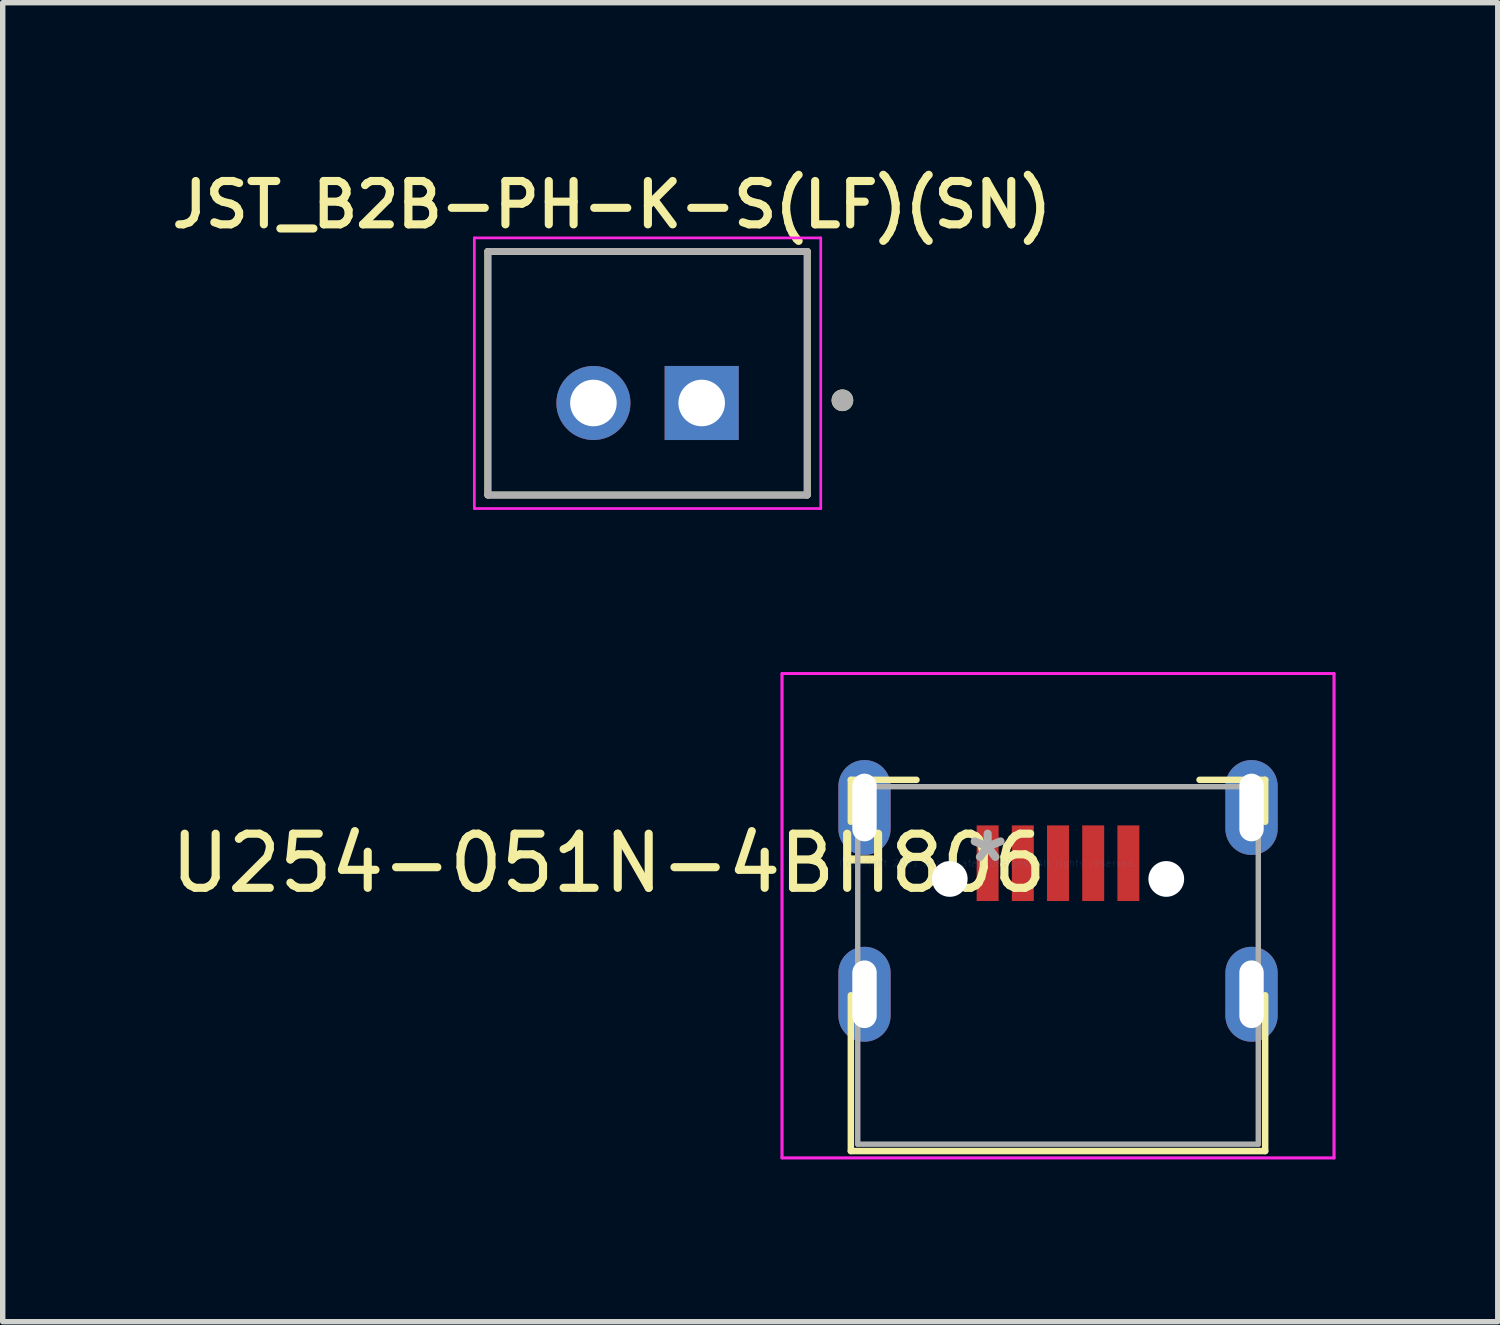
<source format=kicad_pcb>
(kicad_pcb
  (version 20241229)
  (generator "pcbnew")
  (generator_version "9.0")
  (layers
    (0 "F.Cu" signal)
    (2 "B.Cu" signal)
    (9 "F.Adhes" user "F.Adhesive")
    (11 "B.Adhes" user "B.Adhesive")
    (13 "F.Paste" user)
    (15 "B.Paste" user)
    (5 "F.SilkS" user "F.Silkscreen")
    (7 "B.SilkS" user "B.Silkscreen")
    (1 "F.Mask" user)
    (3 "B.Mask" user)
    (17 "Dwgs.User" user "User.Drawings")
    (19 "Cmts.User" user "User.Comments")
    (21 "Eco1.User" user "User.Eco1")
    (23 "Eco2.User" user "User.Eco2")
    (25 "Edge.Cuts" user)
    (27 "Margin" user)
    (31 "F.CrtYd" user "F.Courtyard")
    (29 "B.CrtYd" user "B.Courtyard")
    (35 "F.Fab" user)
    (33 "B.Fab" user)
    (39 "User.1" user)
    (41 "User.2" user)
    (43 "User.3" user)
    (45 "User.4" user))
  (footprint "U254-051N-4BH806"
    (layer "F.Cu")
    (at 16.496 12.897)
    (property "Reference" "U254-051N-4BH806" (at -8.3 0 0) (layer "F.SilkS") (effects (font (size 1 1) (thickness 0.15))))
    (attr through_hole)
    (fp_line (start -3.827 -1.54) (end -3.827 -0.766) (stroke (width 0.12) (type solid)) (layer "F.SilkS"))
    (fp_line (start -3.827 2.44) (end -3.827 5.318) (stroke (width 0.12) (type solid)) (layer "F.SilkS"))
    (fp_line (start -3.827 5.318) (end 3.827 5.318) (stroke (width 0.12) (type solid)) (layer "F.SilkS"))
    (fp_line (start -2.615 -1.54) (end -3.827 -1.54) (stroke (width 0.12) (type solid)) (layer "F.SilkS"))
    (fp_line (start 3.827 -1.54) (end 2.615 -1.54) (stroke (width 0.12) (type solid)) (layer "F.SilkS"))
    (fp_line (start 3.827 -0.766) (end 3.827 -1.54) (stroke (width 0.12) (type solid)) (layer "F.SilkS"))
    (fp_line (start 3.827 5.318) (end 3.827 2.44) (stroke (width 0.12) (type solid)) (layer "F.SilkS"))
    (fp_line (start -5.099 -3.502) (end -5.099 5.445) (stroke (width 0.05) (type solid)) (layer "F.CrtYd"))
    (fp_line (start -5.099 -3.502) (end -5.099 5.445) (stroke (width 0.05) (type solid)) (layer "F.CrtYd"))
    (fp_line (start -5.099 5.445) (end 5.099 5.445) (stroke (width 0.05) (type solid)) (layer "F.CrtYd"))
    (fp_line (start -5.099 5.445) (end 5.099 5.445) (stroke (width 0.05) (type solid)) (layer "F.CrtYd"))
    (fp_line (start 5.099 -3.502) (end -5.099 -3.502) (stroke (width 0.05) (type solid)) (layer "F.CrtYd"))
    (fp_line (start 5.099 -3.502) (end -5.099 -3.502) (stroke (width 0.05) (type solid)) (layer "F.CrtYd"))
    (fp_line (start 5.099 5.445) (end 5.099 -3.502) (stroke (width 0.05) (type solid)) (layer "F.CrtYd"))
    (fp_line (start 5.099 5.445) (end 5.099 -3.502) (stroke (width 0.05) (type solid)) (layer "F.CrtYd"))
    (fp_line (start -3.7 -1.413) (end -3.7 5.191) (stroke (width 0.1) (type solid)) (layer "F.Fab"))
    (fp_line (start -3.7 5.191) (end 3.7 5.191) (stroke (width 0.1) (type solid)) (layer "F.Fab"))
    (fp_line (start 3.7 -1.413) (end -3.7 -1.413) (stroke (width 0.1) (type solid)) (layer "F.Fab"))
    (fp_line (start 3.7 5.191) (end 3.7 -1.413) (stroke (width 0.1) (type solid)) (layer "F.Fab"))
    (fp_text user "Copyright 2021 Accelerated Designs. All rights reserved." (at -1.3 0 0) (layer "Cmts.User") (effects (font (size 0.127 0.127) (thickness 0.002))))
    (fp_text user "*" (at -1.3 0 0) (layer "F.Fab") (effects (font (size 1 1) (thickness 0.15))))
    (pad "" np_thru_hole circle (at -2 0.291) (size 0.66 0.66) (drill 0.66) (layers "*.Cu" "*.Mask"))
    (pad "" np_thru_hole circle (at 2 0.291) (size 0.66 0.66) (drill 0.66) (layers "*.Cu" "*.Mask"))
    (pad "1" smd rect (at -1.3 0) (size 0.406 1.397) (layers "F.Cu" "F.Mask" "F.Paste"))
    (pad "2" smd rect (at -0.65 0) (size 0.406 1.397) (layers "F.Cu" "F.Mask" "F.Paste"))
    (pad "3" smd rect (at -0.000028 0) (size 0.406 1.397) (layers "F.Cu" "F.Mask" "F.Paste"))
    (pad "4" smd rect (at 0.65 0) (size 0.406 1.397) (layers "F.Cu" "F.Mask" "F.Paste"))
    (pad "5" smd rect (at 1.3 0) (size 0.406 1.397) (layers "F.Cu" "F.Mask" "F.Paste"))
    (pad "6" thru_hole oval (at -3.575 -1.029 90) (size 1.753 0.965) (drill oval 1.25 0.45) (layers "*.Cu" "*.Mask"))
    (pad "7" thru_hole oval (at -3.575 2.421 90) (size 1.753 0.965) (drill oval 1.25 0.45) (layers "*.Cu" "*.Mask"))
    (pad "8" thru_hole oval (at 3.575 -1.029 90) (size 1.753 0.965) (drill oval 1.25 0.45) (layers "*.Cu" "*.Mask"))
    (pad "9" thru_hole oval (at 3.575 2.421 90) (size 1.753 0.965) (drill oval 1.25 0.45) (layers "*.Cu" "*.Mask")))
  (footprint "JST_B2B-PH-K-S(LF)(SN)"
    (layer "F.Cu")
    (at 8.913 3.845)
    (property "Reference" "JST_B2B-PH-K-S(LF)(SN)" (at -0.661 -3.113 0) (layer "F.SilkS") (effects (font (size 0.801 0.801) (thickness 0.15))))
    (attr through_hole)
    (fp_line (start -2.95 -2.25) (end 2.95 -2.25) (stroke (width 0.127) (type solid)) (layer "F.SilkS"))
    (fp_line (start -2.95 2.25) (end -2.95 -2.25) (stroke (width 0.127) (type solid)) (layer "F.SilkS"))
    (fp_line (start 2.95 -2.25) (end 2.95 2.25) (stroke (width 0.127) (type solid)) (layer "F.SilkS"))
    (fp_line (start 2.95 2.25) (end -2.95 2.25) (stroke (width 0.127) (type solid)) (layer "F.SilkS"))
    (fp_circle (center 3.6 0.5) (end 3.7 0.5) (stroke (width 0.2) (type solid)) (fill no) (layer "F.SilkS"))
    (fp_line (start -3.2 -2.5) (end 3.2 -2.5) (stroke (width 0.05) (type solid)) (layer "F.CrtYd"))
    (fp_line (start -3.2 2.5) (end -3.2 -2.5) (stroke (width 0.05) (type solid)) (layer "F.CrtYd"))
    (fp_line (start 3.2 -2.5) (end 3.2 2.5) (stroke (width 0.05) (type solid)) (layer "F.CrtYd"))
    (fp_line (start 3.2 2.5) (end -3.2 2.5) (stroke (width 0.05) (type solid)) (layer "F.CrtYd"))
    (fp_line (start -2.95 -2.25) (end 2.95 -2.25) (stroke (width 0.127) (type solid)) (layer "F.Fab"))
    (fp_line (start -2.95 2.25) (end -2.95 -2.25) (stroke (width 0.127) (type solid)) (layer "F.Fab"))
    (fp_line (start 2.95 -2.25) (end 2.95 2.25) (stroke (width 0.127) (type solid)) (layer "F.Fab"))
    (fp_line (start 2.95 2.25) (end -2.95 2.25) (stroke (width 0.127) (type solid)) (layer "F.Fab"))
    (fp_circle (center 3.6 0.5) (end 3.7 0.5) (stroke (width 0.2) (type solid)) (fill no) (layer "F.Fab"))
    (pad "1" thru_hole rect (at 1 0.55) (size 1.368 1.368) (drill 0.86) (layers "*.Cu" "*.Mask"))
    (pad "2" thru_hole circle (at -1 0.55) (size 1.368 1.368) (drill 0.86) (layers "*.Cu" "*.Mask")))
  (gr_rect
    (start -3 -3)
    (end 24.62 21.367)
    (stroke (width 0.1) (type default))
    (fill no)
    (layer "Edge.Cuts")))
</source>
